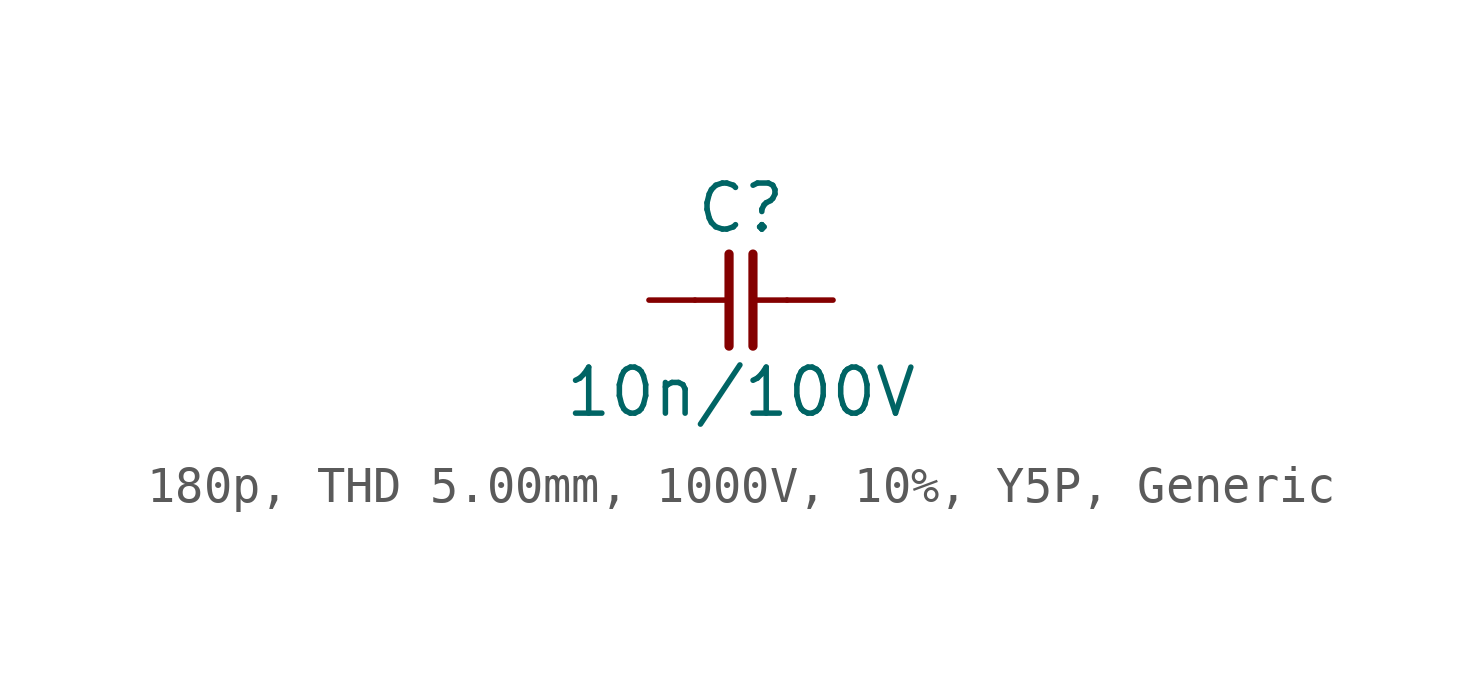
<source format=kicad_sym>
(kicad_symbol_lib
  (version 20241209)
  (generator "kicad_symbol_editor")
  (generator_version "9.0")
  (symbol "180p, THD 5.00mm, 1000V, 10%, Y5P, Generic"
    (pin_numbers
      (hide yes))
    (pin_names
      (offset 0)
      (hide yes))
    (property "Reference" "C"
      (at 0 2.54 0)
      (effects (font (size 1.27 1.27))))
    (property "Value" "10n/100V"
      (at 0 -2.54 0)
      (effects (font (size 1.27 1.27))))
    (symbol "180p, THD 5.00mm, 1000V, 10%, Y5P, Generic_0_1"
      (polyline (pts (xy -0.33 1.27) (xy -0.33 -1.27)) (stroke (width 0.254) (type default)) (fill (type none)))
      (polyline (pts (xy -0.318 0) (xy -1.27 0)) (stroke (width 0) (type default)) (fill (type none)))
      (polyline (pts (xy 0.33 1.27) (xy 0.33 -1.27)) (stroke (width 0.254) (type default)) (fill (type none)))
      (polyline (pts (xy 1.27 0) (xy 0.318 0)) (stroke (width 0) (type default)) (fill (type none))))
    (symbol "180p, THD 5.00mm, 1000V, 10%, Y5P, Generic_1_1"
      (pin passive line (at -2.54 0 0) (length 1.27) (name "1" (effects (font (size 1.27 1.27)))) (number "1" (effects (font (size 1.27 1.27)))))
      (pin passive line (at 2.54 0 180) (length 1.27) (name "2" (effects (font (size 1.27 1.27)))) (number "2" (effects (font (size 1.27 1.27))))))))
</source>
